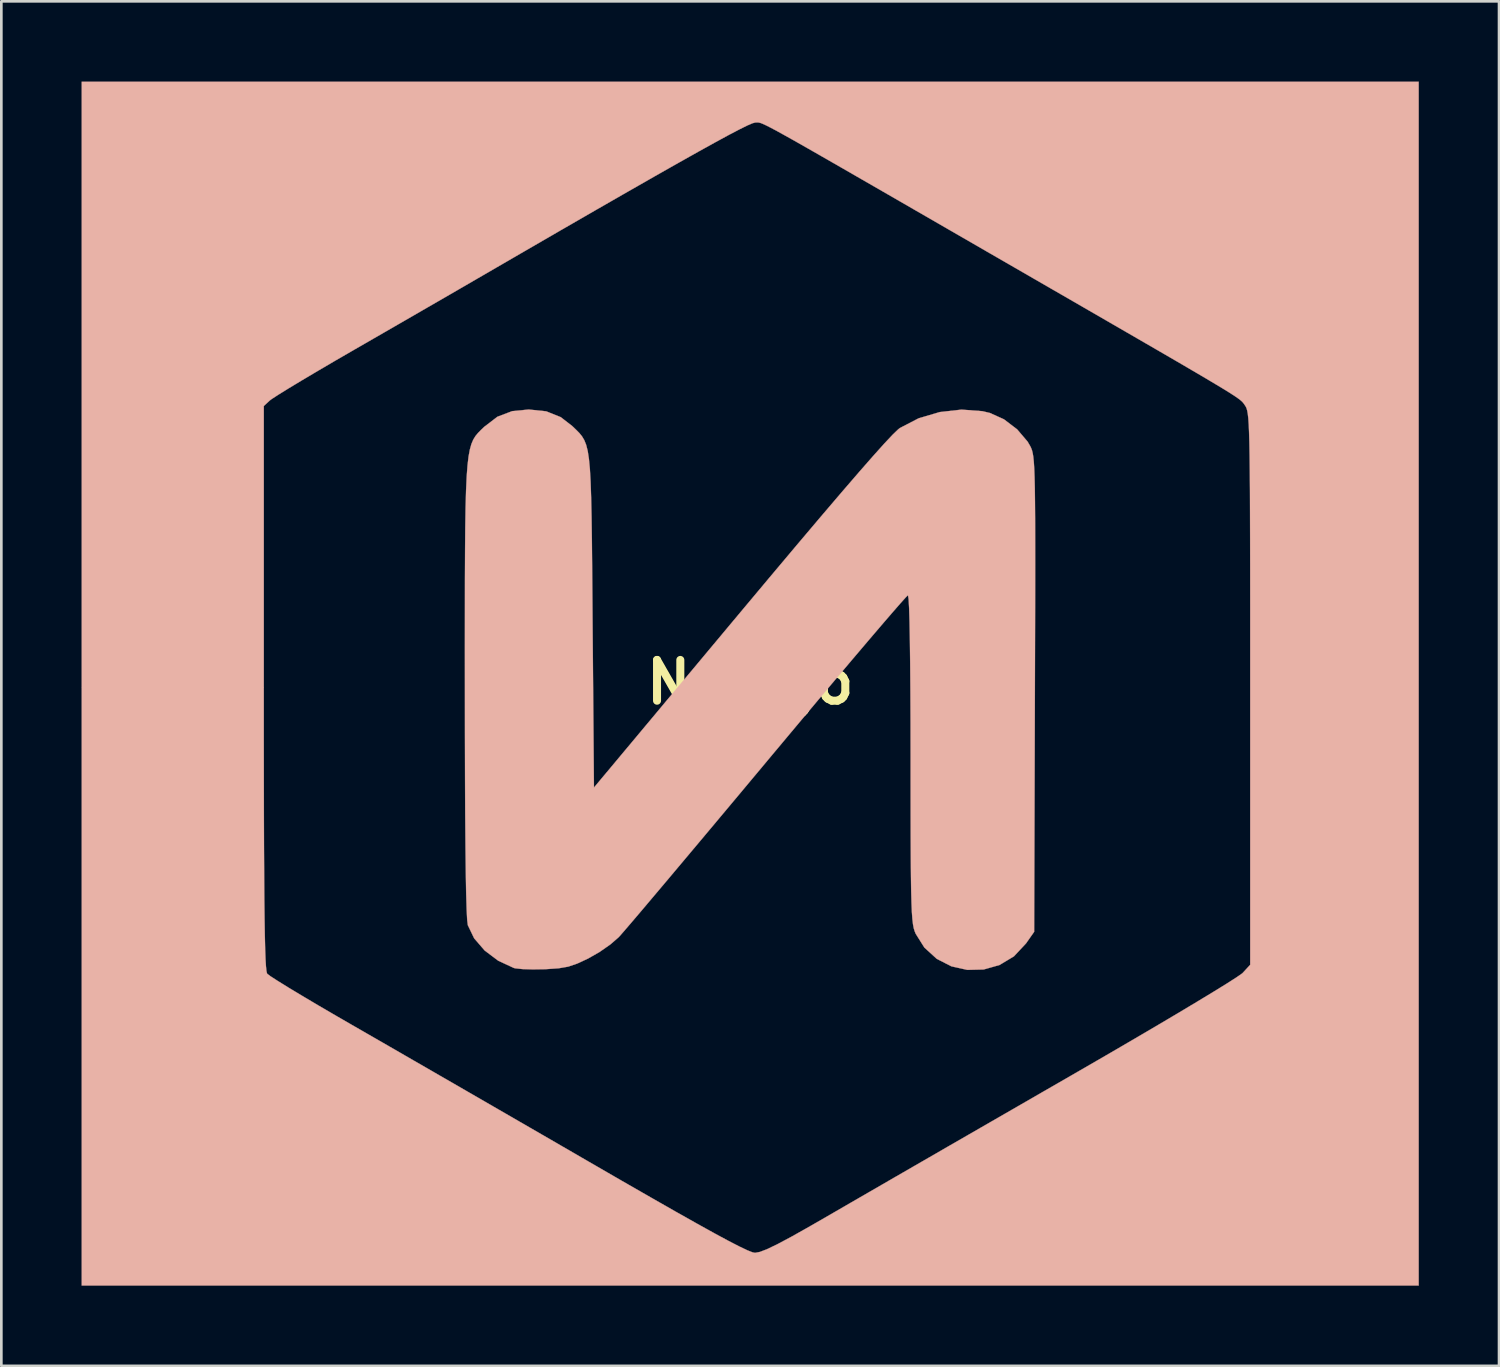
<source format=kicad_pcb>
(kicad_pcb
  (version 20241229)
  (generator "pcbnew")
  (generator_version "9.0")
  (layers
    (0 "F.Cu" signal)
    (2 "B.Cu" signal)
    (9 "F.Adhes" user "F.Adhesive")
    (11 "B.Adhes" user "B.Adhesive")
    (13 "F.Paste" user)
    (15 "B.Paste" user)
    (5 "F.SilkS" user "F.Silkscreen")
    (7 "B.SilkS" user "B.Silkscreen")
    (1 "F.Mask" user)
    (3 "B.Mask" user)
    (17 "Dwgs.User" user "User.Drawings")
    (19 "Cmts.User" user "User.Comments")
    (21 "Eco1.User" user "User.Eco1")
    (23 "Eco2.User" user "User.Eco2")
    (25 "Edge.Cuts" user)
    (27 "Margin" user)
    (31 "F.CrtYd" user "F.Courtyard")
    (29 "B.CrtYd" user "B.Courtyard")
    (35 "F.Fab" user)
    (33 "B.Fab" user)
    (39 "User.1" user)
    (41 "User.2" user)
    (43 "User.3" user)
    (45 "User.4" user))
  (footprint "N_logo"
    (layer "F.Cu")
    (at 24.999 22.459)
    (property "Reference" "N_logo" (at 0 0 0) (layer "F.SilkS") (effects (font (size 1.524 1.524) (thickness 0.3))))
    (attr through_hole)
    (fp_poly (pts (xy -7.626 -10.13) (xy -7.082 -9.912) (xy -6.654 -9.58) (xy -6.513 -9.445) (xy -6.392 -9.323) (xy -6.29 -9.198) (xy -6.204 -9.055) (xy -6.133 -8.877) (xy -6.075 -8.648) (xy -6.03 -8.353) (xy -5.994 -7.976) (xy -5.967 -7.501) (xy -5.947 -6.912) (xy -5.931 -6.193) (xy -5.919 -5.328) (xy -5.909 -4.301) (xy -5.899 -3.097) (xy -5.893 -2.273) (xy -5.842 3.937) (xy -0.356 -2.629) (xy 0.773 -3.977) (xy 1.776 -5.17) (xy 2.657 -6.211) (xy 3.419 -7.104) (xy 4.064 -7.852) (xy 4.595 -8.458) (xy 5.014 -8.925) (xy 5.325 -9.256) (xy 5.531 -9.454) (xy 5.596 -9.506) (xy 6.297 -9.869) (xy 7.085 -10.102) (xy 7.901 -10.194) (xy 8.683 -10.135) (xy 8.962 -10.069) (xy 9.487 -9.832) (xy 9.981 -9.456) (xy 10.369 -9.001) (xy 10.47 -8.829) (xy 10.505 -8.756) (xy 10.536 -8.674) (xy 10.562 -8.57) (xy 10.585 -8.431) (xy 10.604 -8.243) (xy 10.62 -7.994) (xy 10.632 -7.671) (xy 10.642 -7.26) (xy 10.648 -6.749) (xy 10.653 -6.124) (xy 10.655 -5.372) (xy 10.656 -4.48) (xy 10.655 -3.434) (xy 10.652 -2.223) (xy 10.648 -0.832) (xy 10.644 0.448) (xy 10.617 9.33) (xy 10.311 9.766) (xy 9.86 10.248) (xy 9.322 10.571) (xy 8.73 10.739) (xy 8.118 10.754) (xy 7.522 10.621) (xy 6.975 10.341) (xy 6.511 9.918) (xy 6.185 9.398) (xy 6.147 9.303) (xy 6.113 9.191) (xy 6.086 9.044) (xy 6.063 8.847) (xy 6.044 8.583) (xy 6.03 8.238) (xy 6.018 7.793) (xy 6.01 7.235) (xy 6.004 6.545) (xy 6 5.709) (xy 5.998 4.709) (xy 5.997 3.531) (xy 5.997 2.87) (xy 5.995 1.531) (xy 5.989 0.341) (xy 5.981 -0.692) (xy 5.97 -1.562) (xy 5.957 -2.259) (xy 5.941 -2.778) (xy 5.922 -3.11) (xy 5.901 -3.248) (xy 5.897 -3.251) (xy 5.818 -3.175) (xy 5.619 -2.954) (xy 5.311 -2.601) (xy 4.902 -2.126) (xy 4.404 -1.543) (xy 3.826 -0.862) (xy 3.178 -0.095) (xy 2.471 0.746) (xy 1.714 1.649) (xy 0.917 2.602) (xy 0.65 2.921) (xy -0.168 3.901) (xy -0.956 4.843) (xy -1.704 5.736) (xy -2.401 6.566) (xy -3.035 7.321) (xy -3.597 7.987) (xy -4.074 8.552) (xy -4.457 9.002) (xy -4.735 9.326) (xy -4.896 9.509) (xy -4.916 9.531) (xy -5.224 9.799) (xy -5.632 10.084) (xy -6.055 10.326) (xy -6.064 10.331) (xy -6.467 10.518) (xy -6.803 10.632) (xy -7.16 10.694) (xy -7.623 10.726) (xy -7.69 10.729) (xy -8.128 10.736) (xy -8.515 10.724) (xy -8.786 10.695) (xy -8.84 10.681) (xy -9.42 10.412) (xy -9.928 10.03) (xy -10.321 9.574) (xy -10.556 9.086) (xy -10.559 9.075) (xy -10.582 8.887) (xy -10.602 8.497) (xy -10.62 7.906) (xy -10.634 7.113) (xy -10.646 6.118) (xy -10.656 4.92) (xy -10.662 3.52) (xy -10.666 1.917) (xy -10.667 0.298) (xy -10.668 -1.271) (xy -10.667 -2.65) (xy -10.666 -3.853) (xy -10.661 -4.892) (xy -10.654 -5.781) (xy -10.642 -6.533) (xy -10.624 -7.161) (xy -10.601 -7.678) (xy -10.57 -8.099) (xy -10.531 -8.435) (xy -10.482 -8.701) (xy -10.424 -8.909) (xy -10.354 -9.073) (xy -10.272 -9.206) (xy -10.177 -9.321) (xy -10.068 -9.432) (xy -9.945 -9.55) (xy -9.451 -9.928) (xy -8.9 -10.137) (xy -8.28 -10.198) (xy -7.626 -10.13)) (stroke (width 0.01) (type solid)) (fill yes) (layer "B.SilkS"))
    (fp_poly (pts (xy 24.994 22.555) (xy -24.994 22.555) (xy -24.994 -10.328) (xy -18.186 -10.328) (xy -18.186 0.201) (xy -18.186 1.97) (xy -18.184 3.544) (xy -18.182 4.935) (xy -18.178 6.152) (xy -18.172 7.205) (xy -18.166 8.104) (xy -18.157 8.857) (xy -18.147 9.476) (xy -18.135 9.969) (xy -18.121 10.347) (xy -18.105 10.62) (xy -18.086 10.796) (xy -18.066 10.886) (xy -18.059 10.897) (xy -17.944 10.986) (xy -17.672 11.162) (xy -17.267 11.413) (xy -16.75 11.724) (xy -16.142 12.085) (xy -15.465 12.48) (xy -14.935 12.786) (xy -14.3 13.152) (xy -13.514 13.604) (xy -12.605 14.129) (xy -11.598 14.71) (xy -10.518 15.333) (xy -9.393 15.983) (xy -8.248 16.645) (xy -7.108 17.304) (xy -6.045 17.92) (xy -4.794 18.643) (xy -3.707 19.267) (xy -2.776 19.798) (xy -1.991 20.24) (xy -1.342 20.6) (xy -0.821 20.881) (xy -0.416 21.09) (xy -0.12 21.232) (xy 0.078 21.311) (xy 0.18 21.333) (xy 0.362 21.299) (xy 0.644 21.19) (xy 1.044 20.996) (xy 1.577 20.711) (xy 2.26 20.325) (xy 2.466 20.207) (xy 3.114 19.833) (xy 3.775 19.45) (xy 4.405 19.086) (xy 4.957 18.767) (xy 5.385 18.519) (xy 5.436 18.49) (xy 5.701 18.337) (xy 6.125 18.092) (xy 6.689 17.767) (xy 7.374 17.371) (xy 8.164 16.916) (xy 9.04 16.411) (xy 9.984 15.867) (xy 10.977 15.294) (xy 12.003 14.703) (xy 12.294 14.535) (xy 13.3 13.953) (xy 14.261 13.393) (xy 15.159 12.866) (xy 15.98 12.38) (xy 16.708 11.944) (xy 17.327 11.569) (xy 17.823 11.263) (xy 18.179 11.035) (xy 18.381 10.895) (xy 18.415 10.866) (xy 18.694 10.563) (xy 18.694 0.243) (xy 18.694 -1.433) (xy 18.694 -2.917) (xy 18.693 -4.221) (xy 18.691 -5.359) (xy 18.688 -6.341) (xy 18.685 -7.179) (xy 18.679 -7.886) (xy 18.672 -8.474) (xy 18.663 -8.954) (xy 18.652 -9.338) (xy 18.639 -9.639) (xy 18.623 -9.868) (xy 18.604 -10.037) (xy 18.582 -10.158) (xy 18.557 -10.244) (xy 18.529 -10.305) (xy 18.497 -10.355) (xy 18.497 -10.355) (xy 18.465 -10.402) (xy 18.433 -10.445) (xy 18.393 -10.491) (xy 18.333 -10.544) (xy 18.244 -10.612) (xy 18.116 -10.701) (xy 17.939 -10.815) (xy 17.703 -10.962) (xy 17.397 -11.146) (xy 17.013 -11.375) (xy 16.539 -11.653) (xy 15.967 -11.988) (xy 15.285 -12.384) (xy 14.484 -12.848) (xy 13.554 -13.386) (xy 12.486 -14.004) (xy 11.268 -14.707) (xy 9.891 -15.502) (xy 8.839 -16.109) (xy 7.44 -16.917) (xy 6.205 -17.63) (xy 5.126 -18.253) (xy 4.19 -18.792) (xy 3.388 -19.254) (xy 2.707 -19.645) (xy 2.139 -19.97) (xy 1.671 -20.236) (xy 1.294 -20.447) (xy 0.996 -20.612) (xy 0.767 -20.734) (xy 0.596 -20.821) (xy 0.472 -20.878) (xy 0.385 -20.912) (xy 0.323 -20.927) (xy 0.276 -20.931) (xy 0.234 -20.929) (xy 0.186 -20.928) (xy 0.086 -20.901) (xy -0.107 -20.818) (xy -0.398 -20.674) (xy -0.794 -20.467) (xy -1.302 -20.191) (xy -1.929 -19.844) (xy -2.682 -19.421) (xy -3.566 -18.92) (xy -4.59 -18.335) (xy -5.759 -17.664) (xy -7.08 -16.902) (xy -8.56 -16.045) (xy -10.205 -15.091) (xy -10.922 -14.675) (xy -11.238 -14.492) (xy -11.7 -14.225) (xy -12.279 -13.891) (xy -12.944 -13.507) (xy -13.667 -13.09) (xy -14.418 -12.657) (xy -14.783 -12.447) (xy -15.497 -12.034) (xy -16.162 -11.644) (xy -16.756 -11.292) (xy -17.256 -10.99) (xy -17.639 -10.753) (xy -17.884 -10.594) (xy -17.958 -10.539) (xy -18.186 -10.328) (xy -24.994 -10.328) (xy -24.994 -22.454) (xy 24.994 -22.454) (xy 24.994 22.555)) (stroke (width 0.01) (type solid)) (fill yes) (layer "B.SilkS")))
  (gr_rect
    (start -3 -3)
    (end 52.997 48.019)
    (stroke (width 0.1) (type default))
    (fill no)
    (layer "Edge.Cuts")))
</source>
